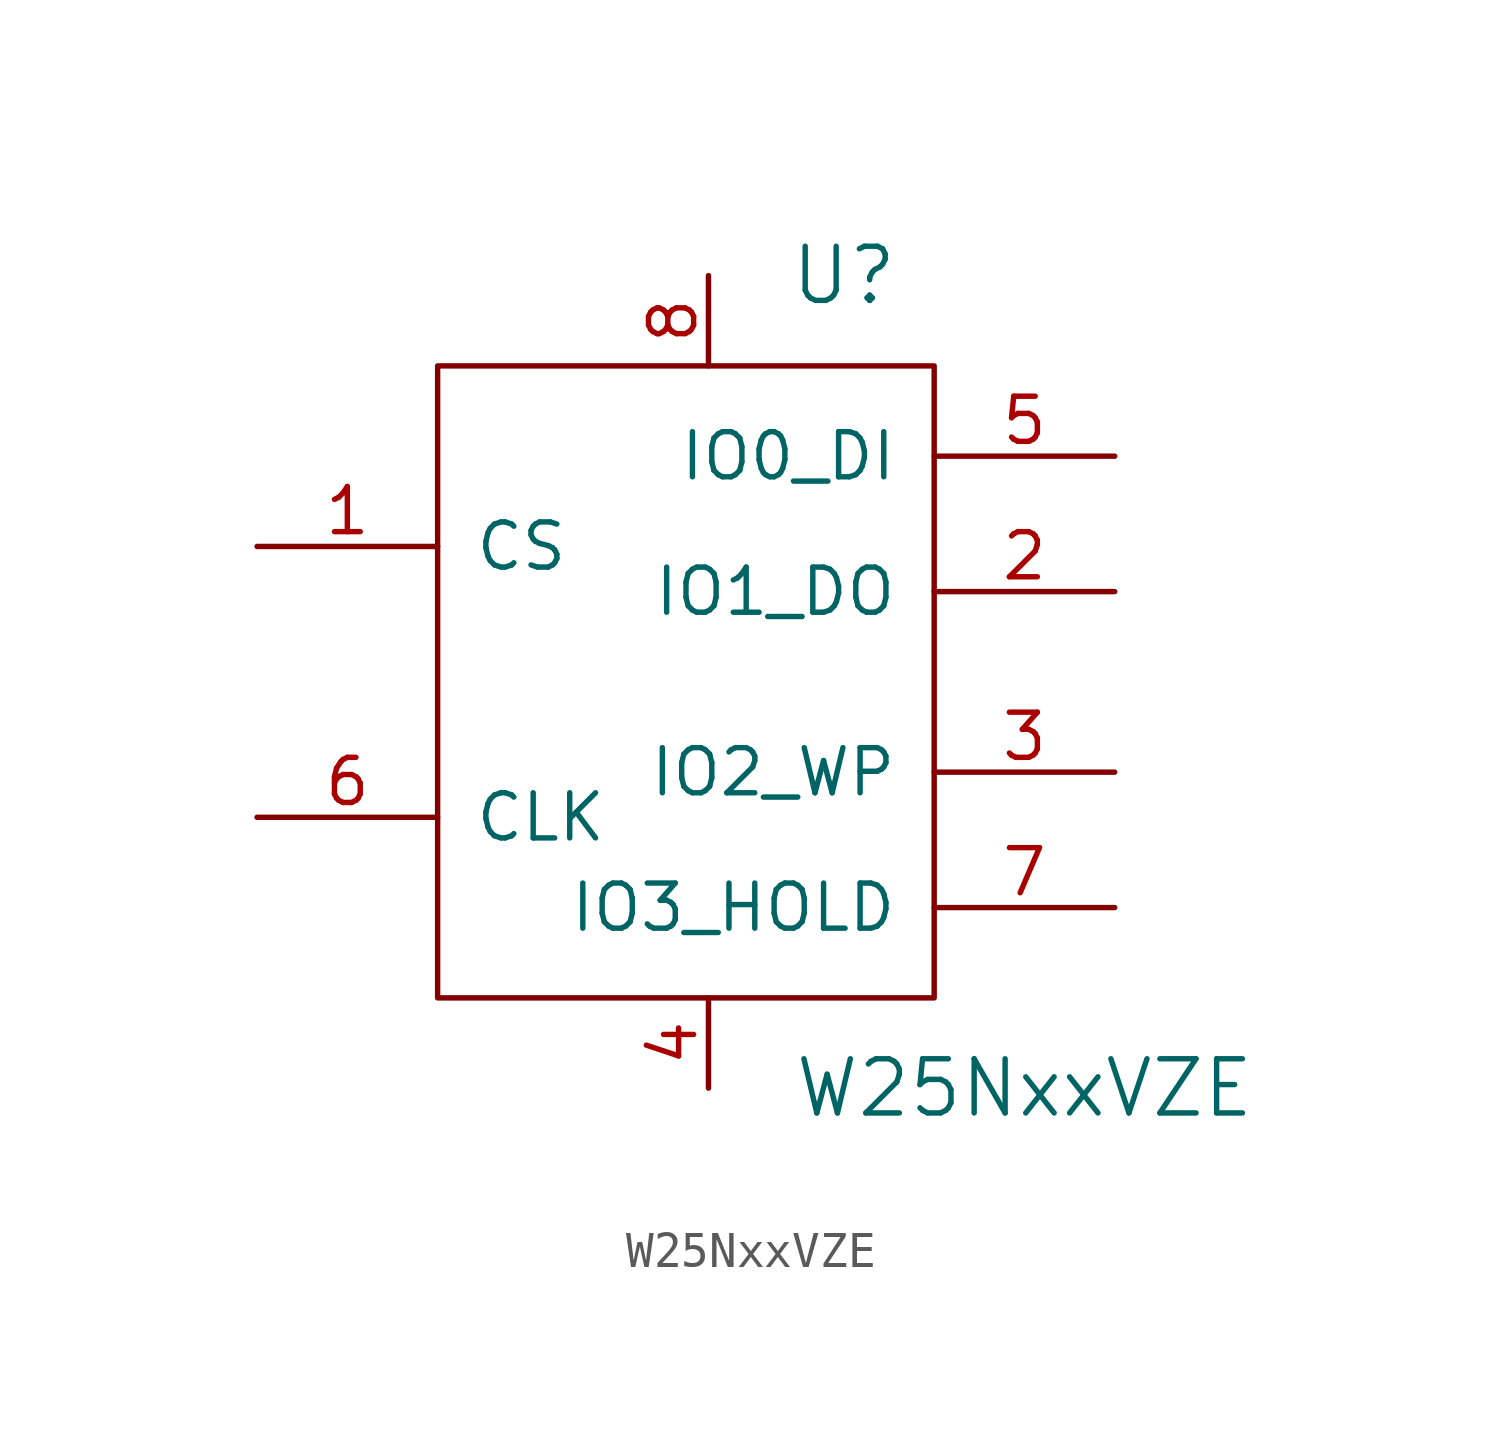
<source format=kicad_sym>
(kicad_symbol_lib
  (version 20211014)
  (generator kicad_symbol_editor)
  (symbol "W25NxxVZE"
    (pin_names
      (offset 1.016))
    (property "Reference" "U"
      (at 3.81 11.43 0)
      (effects (font (size 1.524 1.524))))
    (property "Value" "W25NxxVZE"
      (at 8.89 -11.43 0)
      (effects (font (size 1.524 1.524))))
    (property "Footprint" ""
      (at 0 0 0)
      (effects (font (size 1.524 1.524))))
    (property "Datasheet" ""
      (at 0 0 0)
      (effects (font (size 1.524 1.524))))
    (symbol "W25NxxVZE_0_1"
      (rectangle (start 6.35 8.89) (end -7.62 -8.89) (stroke (width 0) (type default) (color 0 0 0 0)) (fill (type none))))
    (symbol "W25NxxVZE_1_1"
      (pin input line (at -12.7 3.81 0) (length 5.08) (name "CS" (effects (font (size 1.27 1.27)))) (number "1" (effects (font (size 1.27 1.27)))))
      (pin bidirectional line (at 11.43 2.54 180) (length 5.08) (name "IO1_DO" (effects (font (size 1.27 1.27)))) (number "2" (effects (font (size 1.27 1.27)))))
      (pin bidirectional line (at 11.43 -2.54 180) (length 5.08) (name "IO2_WP" (effects (font (size 1.27 1.27)))) (number "3" (effects (font (size 1.27 1.27)))))
      (pin power_in line (at 0 -11.43 90) (length 2.54) (name "~" (effects (font (size 1.27 1.27)))) (number "4" (effects (font (size 1.27 1.27)))))
      (pin bidirectional line (at 11.43 6.35 180) (length 5.08) (name "IO0_DI" (effects (font (size 1.27 1.27)))) (number "5" (effects (font (size 1.27 1.27)))))
      (pin input line (at -12.7 -3.81 0) (length 5.08) (name "CLK" (effects (font (size 1.27 1.27)))) (number "6" (effects (font (size 1.27 1.27)))))
      (pin bidirectional line (at 11.43 -6.35 180) (length 5.08) (name "IO3_HOLD" (effects (font (size 1.27 1.27)))) (number "7" (effects (font (size 1.27 1.27)))))
      (pin power_in line (at 0 11.43 270) (length 2.54) (name "~" (effects (font (size 1.27 1.27)))) (number "8" (effects (font (size 1.27 1.27))))))))
</source>
